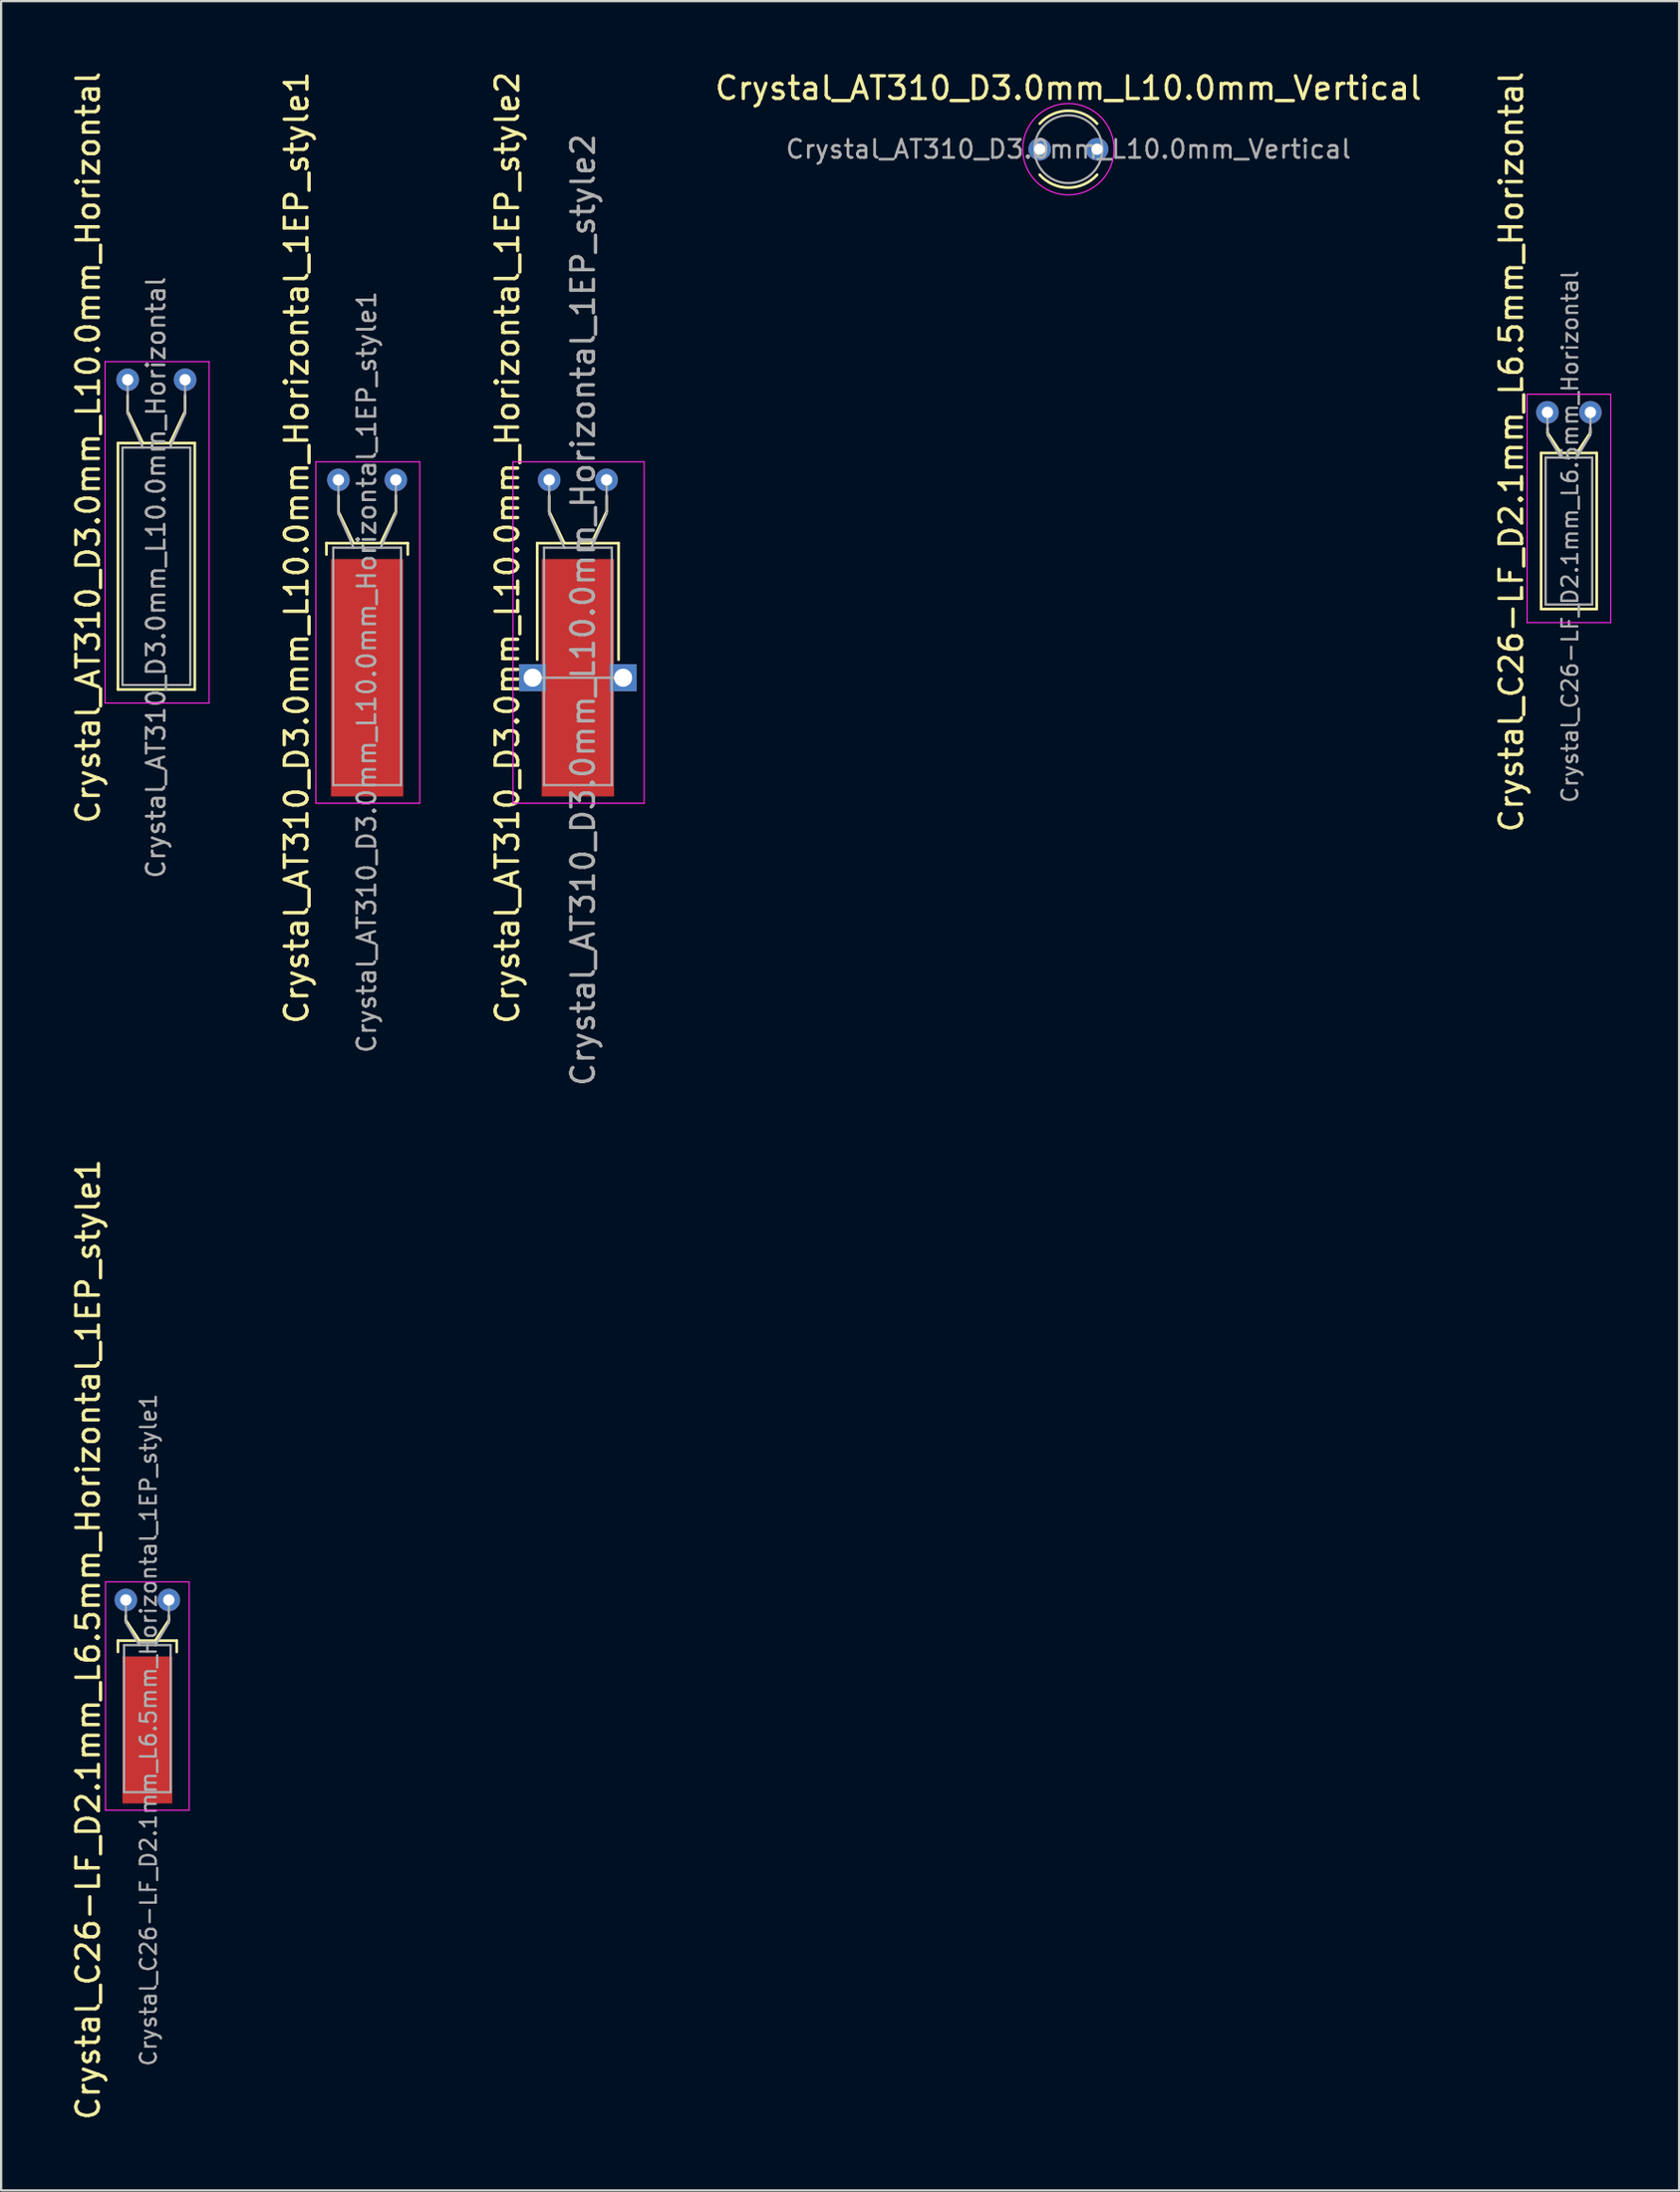
<source format=kicad_pcb>
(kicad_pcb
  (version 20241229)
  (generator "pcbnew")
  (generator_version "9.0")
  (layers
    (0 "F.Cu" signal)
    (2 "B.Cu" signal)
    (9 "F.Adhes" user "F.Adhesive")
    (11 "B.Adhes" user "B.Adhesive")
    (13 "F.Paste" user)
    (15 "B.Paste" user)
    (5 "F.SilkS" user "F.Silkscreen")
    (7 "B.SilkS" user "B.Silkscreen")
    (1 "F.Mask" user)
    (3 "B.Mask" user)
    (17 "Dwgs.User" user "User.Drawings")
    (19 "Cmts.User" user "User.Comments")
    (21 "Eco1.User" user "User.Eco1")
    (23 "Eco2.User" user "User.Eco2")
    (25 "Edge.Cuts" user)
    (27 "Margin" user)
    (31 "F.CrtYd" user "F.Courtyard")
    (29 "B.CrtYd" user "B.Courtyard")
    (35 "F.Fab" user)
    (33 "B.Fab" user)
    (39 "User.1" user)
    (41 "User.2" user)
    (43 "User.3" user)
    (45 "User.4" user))
  (footprint "Crystal_C26-LF_D2.1mm_L6.5mm_Horizontal_1EP_style1"
    (layer "F.Cu")
    (at 2.518 67.708)
    (property "Reference" "Crystal_C26-LF_D2.1mm_L6.5mm_Horizontal_1EP_style1" (at -1.67 1.75 90) (layer "F.SilkS") (effects (font (size 1 1) (thickness 0.15))))
    (attr through_hole)
    (fp_line (start -0.35 1.8) (end 2.25 1.8) (stroke (width 0.12) (type solid)) (layer "F.SilkS"))
    (fp_line (start -0.35 2.3) (end -0.35 1.8) (stroke (width 0.12) (type solid)) (layer "F.SilkS"))
    (fp_line (start 0 0.9) (end 0 0.7) (stroke (width 0.12) (type solid)) (layer "F.SilkS"))
    (fp_line (start 0.6 1.8) (end 0 0.9) (stroke (width 0.12) (type solid)) (layer "F.SilkS"))
    (fp_line (start 1.3 1.8) (end 1.9 0.9) (stroke (width 0.12) (type solid)) (layer "F.SilkS"))
    (fp_line (start 1.9 0.9) (end 1.9 0.7) (stroke (width 0.12) (type solid)) (layer "F.SilkS"))
    (fp_line (start 2.25 1.8) (end 2.25 2.3) (stroke (width 0.12) (type solid)) (layer "F.SilkS"))
    (fp_line (start -0.9 -0.8) (end -0.9 9.3) (stroke (width 0.05) (type solid)) (layer "F.CrtYd"))
    (fp_line (start -0.9 9.3) (end 2.8 9.3) (stroke (width 0.05) (type solid)) (layer "F.CrtYd"))
    (fp_line (start 2.8 -0.8) (end -0.9 -0.8) (stroke (width 0.05) (type solid)) (layer "F.CrtYd"))
    (fp_line (start 2.8 9.3) (end 2.8 -0.8) (stroke (width 0.05) (type solid)) (layer "F.CrtYd"))
    (fp_line (start -0.08 2) (end -0.08 8.5) (stroke (width 0.1) (type solid)) (layer "F.Fab"))
    (fp_line (start -0.08 8.5) (end 1.98 8.5) (stroke (width 0.1) (type solid)) (layer "F.Fab"))
    (fp_line (start 0 1) (end 0 0) (stroke (width 0.1) (type solid)) (layer "F.Fab"))
    (fp_line (start 0.6 2) (end 0 1) (stroke (width 0.1) (type solid)) (layer "F.Fab"))
    (fp_line (start 1.3 2) (end 1.9 1) (stroke (width 0.1) (type solid)) (layer "F.Fab"))
    (fp_line (start 1.9 1) (end 1.9 0) (stroke (width 0.1) (type solid)) (layer "F.Fab"))
    (fp_line (start 1.98 2) (end -0.08 2) (stroke (width 0.1) (type solid)) (layer "F.Fab"))
    (fp_line (start 1.98 8.5) (end 1.98 2) (stroke (width 0.1) (type solid)) (layer "F.Fab"))
    (fp_text user "${REFERENCE}" (at 1 5.75 90) (layer "F.Fab") (effects (font (size 0.7 0.7) (thickness 0.105))))
    (pad "1" thru_hole circle (at 0 0) (size 1 1) (drill 0.5) (layers "*.Cu" "*.Mask"))
    (pad "2" thru_hole circle (at 1.9 0) (size 1 1) (drill 0.5) (layers "*.Cu" "*.Mask"))
    (pad "3" smd rect (at 0.95 5.75) (size 2.2 6.5) (layers "F.Cu" "F.Mask" "F.Paste")))
  (footprint "Crystal_AT310_D3.0mm_L10.0mm_Vertical"
    (layer "F.Cu")
    (at 42.944 3.548)
    (property "Reference" "Crystal_AT310_D3.0mm_L10.0mm_Vertical" (at 1.27 -2.7 0) (layer "F.SilkS") (effects (font (size 1 1) (thickness 0.15))))
    (attr through_hole)
    (fp_arc (start 0 -1.130088) (mid 1.270408 -1.7) (end 2.540542 -1.129479) (stroke (width 0.12) (type solid)) (layer "F.SilkS"))
    (fp_arc (start 2.540542 1.129479) (mid 1.270408 1.7) (end 0 1.130088) (stroke (width 0.12) (type solid)) (layer "F.SilkS"))
    (fp_circle (center 1.27 0) (end 3.29 0) (stroke (width 0.05) (type solid)) (fill no) (layer "F.CrtYd"))
    (fp_circle (center 1.27 0) (end 2.77 0) (stroke (width 0.1) (type solid)) (fill no) (layer "F.Fab"))
    (fp_text user "${REFERENCE}" (at 1.27 0 0) (layer "F.Fab") (effects (font (size 0.8 0.8) (thickness 0.12))))
    (pad "1" thru_hole circle (at 0 0) (size 1 1) (drill 0.5) (layers "*.Cu" "*.Mask"))
    (pad "2" thru_hole circle (at 2.54 0) (size 1 1) (drill 0.5) (layers "*.Cu" "*.Mask")))
  (footprint "Crystal_AT310_D3.0mm_L10.0mm_Horizontal_1EP_style1"
    (layer "F.Cu")
    (at 11.921 18.173)
    (property "Reference" "Crystal_AT310_D3.0mm_L10.0mm_Horizontal_1EP_style1" (at -1.85 3 90) (layer "F.SilkS") (effects (font (size 1 1) (thickness 0.15))))
    (attr through_hole)
    (fp_line (start -0.53 2.8) (end 3.07 2.8) (stroke (width 0.12) (type solid)) (layer "F.SilkS"))
    (fp_line (start -0.53 3.3) (end -0.53 2.8) (stroke (width 0.12) (type solid)) (layer "F.SilkS"))
    (fp_line (start 0 1.4) (end 0 0.7) (stroke (width 0.12) (type solid)) (layer "F.SilkS"))
    (fp_line (start 0.67 2.8) (end 0 1.4) (stroke (width 0.12) (type solid)) (layer "F.SilkS"))
    (fp_line (start 1.87 2.8) (end 2.54 1.4) (stroke (width 0.12) (type solid)) (layer "F.SilkS"))
    (fp_line (start 2.54 1.4) (end 2.54 0.7) (stroke (width 0.12) (type solid)) (layer "F.SilkS"))
    (fp_line (start 3.07 2.8) (end 3.07 3.3) (stroke (width 0.12) (type solid)) (layer "F.SilkS"))
    (fp_line (start -1 -0.8) (end -1 14.3) (stroke (width 0.05) (type solid)) (layer "F.CrtYd"))
    (fp_line (start -1 14.3) (end 3.6 14.3) (stroke (width 0.05) (type solid)) (layer "F.CrtYd"))
    (fp_line (start 3.6 -0.8) (end -1 -0.8) (stroke (width 0.05) (type solid)) (layer "F.CrtYd"))
    (fp_line (start 3.6 14.3) (end 3.6 -0.8) (stroke (width 0.05) (type solid)) (layer "F.CrtYd"))
    (fp_line (start -0.23 3) (end -0.23 13.5) (stroke (width 0.1) (type solid)) (layer "F.Fab"))
    (fp_line (start -0.23 13.5) (end 2.77 13.5) (stroke (width 0.1) (type solid)) (layer "F.Fab"))
    (fp_line (start 0 1.5) (end 0 0) (stroke (width 0.1) (type solid)) (layer "F.Fab"))
    (fp_line (start 0.67 3) (end 0 1.5) (stroke (width 0.1) (type solid)) (layer "F.Fab"))
    (fp_line (start 1.87 3) (end 2.54 1.5) (stroke (width 0.1) (type solid)) (layer "F.Fab"))
    (fp_line (start 2.54 1.5) (end 2.54 0) (stroke (width 0.1) (type solid)) (layer "F.Fab"))
    (fp_line (start 2.77 3) (end -0.23 3) (stroke (width 0.1) (type solid)) (layer "F.Fab"))
    (fp_line (start 2.77 13.5) (end 2.77 3) (stroke (width 0.1) (type solid)) (layer "F.Fab"))
    (fp_text user "${REFERENCE}" (at 1.25 8.5 90) (layer "F.Fab") (effects (font (size 0.8 0.8) (thickness 0.12))))
    (pad "1" thru_hole circle (at 0 0) (size 1 1) (drill 0.5) (layers "*.Cu" "*.Mask"))
    (pad "2" thru_hole circle (at 2.54 0) (size 1 1) (drill 0.5) (layers "*.Cu" "*.Mask"))
    (pad "3" smd rect (at 1.27 8.75) (size 3.2 10.5) (layers "F.Cu" "F.Mask" "F.Paste")))
  (footprint "Crystal_C26-LF_D2.1mm_L6.5mm_Horizontal"
    (layer "F.Cu")
    (at 65.406 15.185)
    (property "Reference" "Crystal_C26-LF_D2.1mm_L6.5mm_Horizontal" (at -1.6 1.75 90) (layer "F.SilkS") (effects (font (size 1 1) (thickness 0.15))))
    (attr through_hole)
    (fp_line (start -0.28 1.8) (end -0.28 8.7) (stroke (width 0.12) (type solid)) (layer "F.SilkS"))
    (fp_line (start -0.28 8.7) (end 2.18 8.7) (stroke (width 0.12) (type solid)) (layer "F.SilkS"))
    (fp_line (start 0 0.9) (end 0 0.7) (stroke (width 0.12) (type solid)) (layer "F.SilkS"))
    (fp_line (start 0.6 1.8) (end 0 0.9) (stroke (width 0.12) (type solid)) (layer "F.SilkS"))
    (fp_line (start 1.3 1.8) (end 1.9 0.9) (stroke (width 0.12) (type solid)) (layer "F.SilkS"))
    (fp_line (start 1.9 0.9) (end 1.9 0.7) (stroke (width 0.12) (type solid)) (layer "F.SilkS"))
    (fp_line (start 2.18 1.8) (end -0.28 1.8) (stroke (width 0.12) (type solid)) (layer "F.SilkS"))
    (fp_line (start 2.18 8.7) (end 2.18 1.8) (stroke (width 0.12) (type solid)) (layer "F.SilkS"))
    (fp_line (start -0.9 -0.8) (end -0.9 9.3) (stroke (width 0.05) (type solid)) (layer "F.CrtYd"))
    (fp_line (start -0.9 9.3) (end 2.8 9.3) (stroke (width 0.05) (type solid)) (layer "F.CrtYd"))
    (fp_line (start 2.8 -0.8) (end -0.9 -0.8) (stroke (width 0.05) (type solid)) (layer "F.CrtYd"))
    (fp_line (start 2.8 9.3) (end 2.8 -0.8) (stroke (width 0.05) (type solid)) (layer "F.CrtYd"))
    (fp_line (start -0.08 2) (end -0.08 8.5) (stroke (width 0.1) (type solid)) (layer "F.Fab"))
    (fp_line (start -0.08 8.5) (end 1.98 8.5) (stroke (width 0.1) (type solid)) (layer "F.Fab"))
    (fp_line (start 0 1) (end 0 0) (stroke (width 0.1) (type solid)) (layer "F.Fab"))
    (fp_line (start 0.6 2) (end 0 1) (stroke (width 0.1) (type solid)) (layer "F.Fab"))
    (fp_line (start 1.3 2) (end 1.9 1) (stroke (width 0.1) (type solid)) (layer "F.Fab"))
    (fp_line (start 1.9 1) (end 1.9 0) (stroke (width 0.1) (type solid)) (layer "F.Fab"))
    (fp_line (start 1.98 2) (end -0.08 2) (stroke (width 0.1) (type solid)) (layer "F.Fab"))
    (fp_line (start 1.98 8.5) (end 1.98 2) (stroke (width 0.1) (type solid)) (layer "F.Fab"))
    (fp_text user "${REFERENCE}" (at 1 5.5 90) (layer "F.Fab") (effects (font (size 0.7 0.7) (thickness 0.105))))
    (pad "1" thru_hole circle (at 0 0) (size 1 1) (drill 0.5) (layers "*.Cu" "*.Mask"))
    (pad "2" thru_hole circle (at 1.9 0) (size 1 1) (drill 0.5) (layers "*.Cu" "*.Mask")))
  (footprint "Crystal_AT310_D3.0mm_L10.0mm_Horizontal_1EP_style2"
    (layer "F.Cu")
    (at 21.245 18.173)
    (property "Reference" "Crystal_AT310_D3.0mm_L10.0mm_Horizontal_1EP_style2" (at -1.85 3 90) (layer "F.SilkS") (effects (font (size 1 1) (thickness 0.15))))
    (attr through_hole)
    (fp_line (start -0.53 2.8) (end 3.07 2.8) (stroke (width 0.12) (type solid)) (layer "F.SilkS"))
    (fp_line (start -0.53 7.95) (end -0.53 2.8) (stroke (width 0.12) (type solid)) (layer "F.SilkS"))
    (fp_line (start 0 1.4) (end 0 0.7) (stroke (width 0.12) (type solid)) (layer "F.SilkS"))
    (fp_line (start 0.67 2.8) (end 0 1.4) (stroke (width 0.12) (type solid)) (layer "F.SilkS"))
    (fp_line (start 1.87 2.8) (end 2.54 1.4) (stroke (width 0.12) (type solid)) (layer "F.SilkS"))
    (fp_line (start 2.54 1.4) (end 2.54 0.7) (stroke (width 0.12) (type solid)) (layer "F.SilkS"))
    (fp_line (start 3.07 2.8) (end 3.07 7.95) (stroke (width 0.12) (type solid)) (layer "F.SilkS"))
    (fp_line (start -1.6 -0.8) (end -1.6 14.3) (stroke (width 0.05) (type solid)) (layer "F.CrtYd"))
    (fp_line (start -1.6 14.3) (end 4.2 14.3) (stroke (width 0.05) (type solid)) (layer "F.CrtYd"))
    (fp_line (start 4.2 -0.8) (end -1.6 -0.8) (stroke (width 0.05) (type solid)) (layer "F.CrtYd"))
    (fp_line (start 4.2 14.3) (end 4.2 -0.8) (stroke (width 0.05) (type solid)) (layer "F.CrtYd"))
    (fp_line (start -0.73 8.75) (end 3.27 8.75) (stroke (width 0.1) (type solid)) (layer "F.Fab"))
    (fp_line (start -0.23 3) (end -0.23 13.5) (stroke (width 0.1) (type solid)) (layer "F.Fab"))
    (fp_line (start -0.23 13.5) (end 2.77 13.5) (stroke (width 0.1) (type solid)) (layer "F.Fab"))
    (fp_line (start 0 1.5) (end 0 0) (stroke (width 0.1) (type solid)) (layer "F.Fab"))
    (fp_line (start 0.67 3) (end 0 1.5) (stroke (width 0.1) (type solid)) (layer "F.Fab"))
    (fp_line (start 1.87 3) (end 2.54 1.5) (stroke (width 0.1) (type solid)) (layer "F.Fab"))
    (fp_line (start 2.54 1.5) (end 2.54 0) (stroke (width 0.1) (type solid)) (layer "F.Fab"))
    (fp_line (start 2.77 3) (end -0.23 3) (stroke (width 0.1) (type solid)) (layer "F.Fab"))
    (fp_line (start 2.77 13.5) (end 2.77 3) (stroke (width 0.1) (type solid)) (layer "F.Fab"))
    (fp_text user "${REFERENCE}" (at 1.5 5.75 90) (layer "F.Fab") (effects (font (size 1 1) (thickness 0.15))))
    (pad "1" thru_hole circle (at 0 0) (size 1 1) (drill 0.5) (layers "*.Cu" "*.Mask"))
    (pad "2" thru_hole circle (at 2.54 0) (size 1 1) (drill 0.5) (layers "*.Cu" "*.Mask"))
    (pad "3" thru_hole rect (at -0.73 8.75) (size 1.2 1.2) (drill 0.8) (layers "*.Cu" "*.Mask"))
    (pad "3" smd rect (at 1.27 8.75) (size 3.2 10.5) (layers "F.Cu" "F.Mask" "F.Paste"))
    (pad "3" thru_hole rect (at 3.27 8.75) (size 1.2 1.2) (drill 0.8) (layers "*.Cu" "*.Mask")))
  (footprint "Crystal_AT310_D3.0mm_L10.0mm_Horizontal"
    (layer "F.Cu")
    (at 2.598 13.744)
    (property "Reference" "Crystal_AT310_D3.0mm_L10.0mm_Horizontal" (at -1.75 3 90) (layer "F.SilkS") (effects (font (size 1 1) (thickness 0.15))))
    (attr through_hole)
    (fp_line (start -0.43 2.8) (end -0.43 13.7) (stroke (width 0.12) (type solid)) (layer "F.SilkS"))
    (fp_line (start -0.43 13.7) (end 2.97 13.7) (stroke (width 0.12) (type solid)) (layer "F.SilkS"))
    (fp_line (start 0 1.4) (end 0 0.7) (stroke (width 0.12) (type solid)) (layer "F.SilkS"))
    (fp_line (start 0.67 2.8) (end 0 1.4) (stroke (width 0.12) (type solid)) (layer "F.SilkS"))
    (fp_line (start 1.87 2.8) (end 2.54 1.4) (stroke (width 0.12) (type solid)) (layer "F.SilkS"))
    (fp_line (start 2.54 1.4) (end 2.54 0.7) (stroke (width 0.12) (type solid)) (layer "F.SilkS"))
    (fp_line (start 2.97 2.8) (end -0.43 2.8) (stroke (width 0.12) (type solid)) (layer "F.SilkS"))
    (fp_line (start 2.97 13.7) (end 2.97 2.8) (stroke (width 0.12) (type solid)) (layer "F.SilkS"))
    (fp_line (start -1 -0.8) (end -1 14.3) (stroke (width 0.05) (type solid)) (layer "F.CrtYd"))
    (fp_line (start -1 14.3) (end 3.6 14.3) (stroke (width 0.05) (type solid)) (layer "F.CrtYd"))
    (fp_line (start 3.6 -0.8) (end -1 -0.8) (stroke (width 0.05) (type solid)) (layer "F.CrtYd"))
    (fp_line (start 3.6 14.3) (end 3.6 -0.8) (stroke (width 0.05) (type solid)) (layer "F.CrtYd"))
    (fp_line (start -0.23 3) (end -0.23 13.5) (stroke (width 0.1) (type solid)) (layer "F.Fab"))
    (fp_line (start -0.23 13.5) (end 2.77 13.5) (stroke (width 0.1) (type solid)) (layer "F.Fab"))
    (fp_line (start 0 1.5) (end 0 0) (stroke (width 0.1) (type solid)) (layer "F.Fab"))
    (fp_line (start 0.67 3) (end 0 1.5) (stroke (width 0.1) (type solid)) (layer "F.Fab"))
    (fp_line (start 1.87 3) (end 2.54 1.5) (stroke (width 0.1) (type solid)) (layer "F.Fab"))
    (fp_line (start 2.54 1.5) (end 2.54 0) (stroke (width 0.1) (type solid)) (layer "F.Fab"))
    (fp_line (start 2.77 3) (end -0.23 3) (stroke (width 0.1) (type solid)) (layer "F.Fab"))
    (fp_line (start 2.77 13.5) (end 2.77 3) (stroke (width 0.1) (type solid)) (layer "F.Fab"))
    (fp_text user "${REFERENCE}" (at 1.25 8.75 90) (layer "F.Fab") (effects (font (size 0.8 0.8) (thickness 0.12))))
    (pad "1" thru_hole circle (at 0 0) (size 1 1) (drill 0.5) (layers "*.Cu" "*.Mask"))
    (pad "2" thru_hole circle (at 2.54 0) (size 1 1) (drill 0.5) (layers "*.Cu" "*.Mask")))
  (gr_rect
    (start -3 -3)
    (end 71.231 93.821)
    (stroke (width 0.1) (type default))
    (fill no)
    (layer "Edge.Cuts")))
</source>
